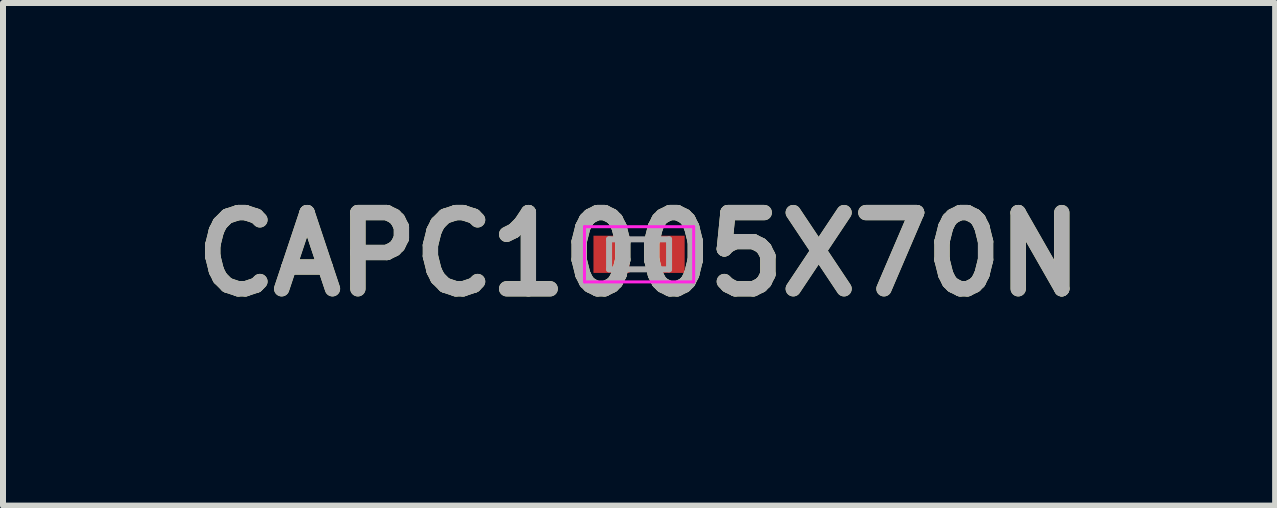
<source format=kicad_pcb>
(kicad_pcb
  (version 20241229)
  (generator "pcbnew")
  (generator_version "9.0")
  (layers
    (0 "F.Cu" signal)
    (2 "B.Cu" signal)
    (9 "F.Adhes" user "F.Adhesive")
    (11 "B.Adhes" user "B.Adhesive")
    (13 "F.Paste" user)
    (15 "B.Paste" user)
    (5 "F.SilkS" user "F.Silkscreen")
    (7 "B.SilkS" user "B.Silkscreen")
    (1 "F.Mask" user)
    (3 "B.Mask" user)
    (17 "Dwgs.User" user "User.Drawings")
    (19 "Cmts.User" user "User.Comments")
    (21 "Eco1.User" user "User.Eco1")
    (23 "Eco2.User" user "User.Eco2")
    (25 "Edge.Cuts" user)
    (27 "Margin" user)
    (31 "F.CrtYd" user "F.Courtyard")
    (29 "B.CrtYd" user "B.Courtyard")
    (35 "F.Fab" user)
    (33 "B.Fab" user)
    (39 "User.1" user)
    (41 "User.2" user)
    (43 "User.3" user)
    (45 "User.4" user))
  (footprint "CAPC1005X70N"
    (layer "F.Cu")
    (at 7.602 1.189)
    (property "Reference" "CAPC1005X70N" (at 0 0 0) (layer "F.SilkS") (effects (font (size 1.27 1.27) (thickness 0.254))))
    (attr smd)
    (fp_line (start -0.91 -0.46) (end 0.91 -0.46) (stroke (width 0.05) (type solid)) (layer "F.CrtYd"))
    (fp_line (start -0.91 0.46) (end -0.91 -0.46) (stroke (width 0.05) (type solid)) (layer "F.CrtYd"))
    (fp_line (start 0.91 -0.46) (end 0.91 0.46) (stroke (width 0.05) (type solid)) (layer "F.CrtYd"))
    (fp_line (start 0.91 0.46) (end -0.91 0.46) (stroke (width 0.05) (type solid)) (layer "F.CrtYd"))
    (fp_line (start -0.5 -0.25) (end 0.5 -0.25) (stroke (width 0.1) (type solid)) (layer "F.Fab"))
    (fp_line (start -0.5 0.25) (end -0.5 -0.25) (stroke (width 0.1) (type solid)) (layer "F.Fab"))
    (fp_line (start 0.5 -0.25) (end 0.5 0.25) (stroke (width 0.1) (type solid)) (layer "F.Fab"))
    (fp_line (start 0.5 0.25) (end -0.5 0.25) (stroke (width 0.1) (type solid)) (layer "F.Fab"))
    (fp_text user "${REFERENCE}" (at 0 0 0) (layer "F.Fab") (effects (font (size 1.27 1.27) (thickness 0.254))))
    (pad "1" smd rect (at -0.46 0) (size 0.6 0.62) (layers "F.Cu" "F.Mask" "F.Paste"))
    (pad "2" smd rect (at 0.46 0) (size 0.6 0.62) (layers "F.Cu" "F.Mask" "F.Paste")))
  (gr_rect
    (start -3 -3)
    (end 18.204 5.377)
    (stroke (width 0.1) (type default))
    (fill no)
    (layer "Edge.Cuts")))
</source>
